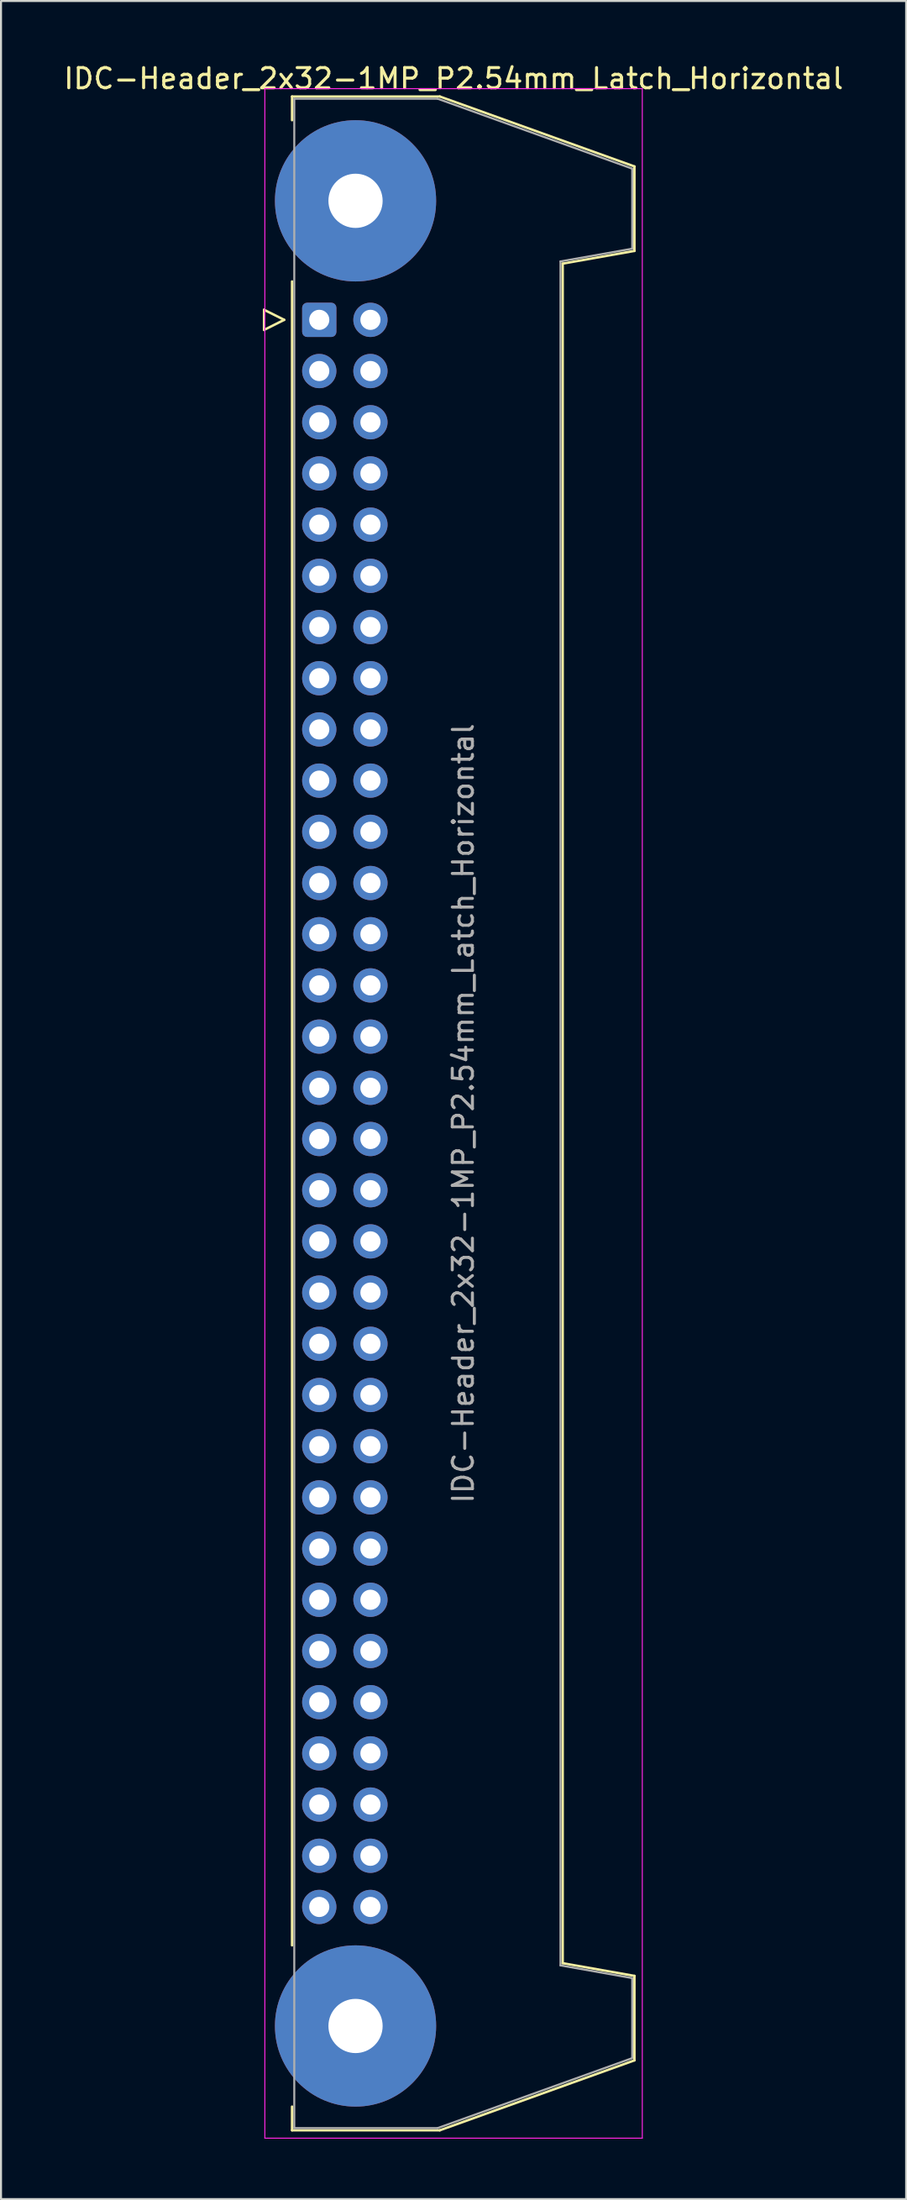
<source format=kicad_pcb>
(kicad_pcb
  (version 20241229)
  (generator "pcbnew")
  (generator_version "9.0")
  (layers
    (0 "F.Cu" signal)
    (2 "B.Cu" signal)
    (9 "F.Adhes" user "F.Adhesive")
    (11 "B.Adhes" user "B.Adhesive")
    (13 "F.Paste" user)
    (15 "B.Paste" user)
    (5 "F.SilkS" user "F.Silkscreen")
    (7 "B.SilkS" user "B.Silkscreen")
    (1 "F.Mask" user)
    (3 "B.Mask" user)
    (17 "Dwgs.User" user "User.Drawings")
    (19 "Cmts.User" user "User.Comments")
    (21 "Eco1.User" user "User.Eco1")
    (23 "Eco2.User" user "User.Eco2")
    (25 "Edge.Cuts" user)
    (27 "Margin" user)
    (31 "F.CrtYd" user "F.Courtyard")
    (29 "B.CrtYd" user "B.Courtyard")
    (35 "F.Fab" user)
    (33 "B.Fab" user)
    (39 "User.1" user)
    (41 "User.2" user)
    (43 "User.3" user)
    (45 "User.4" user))
  (footprint "IDC-Header_2x32-1MP_P2.54mm_Latch_Horizontal"
    (layer "F.Cu")
    (at 12.793 12.818)
    (property "Reference" "IDC-Header_2x32-1MP_P2.54mm_Latch_Horizontal" (at 6.665 -11.97 0) (layer "F.SilkS") (effects (font (size 1 1) (thickness 0.15))))
    (attr through_hole)
    (fp_line (start -2.74 -0.5) (end -2.74 0.5) (stroke (width 0.12) (type solid)) (layer "F.SilkS"))
    (fp_line (start -2.74 0.5) (end -1.74 0) (stroke (width 0.12) (type solid)) (layer "F.SilkS"))
    (fp_line (start -1.74 0) (end -2.74 -0.5) (stroke (width 0.12) (type solid)) (layer "F.SilkS"))
    (fp_line (start -1.35 -11.08) (end -1.35 -9.905) (stroke (width 0.12) (type solid)) (layer "F.SilkS"))
    (fp_line (start -1.35 -11.08) (end 5.98 -11.08) (stroke (width 0.12) (type solid)) (layer "F.SilkS"))
    (fp_line (start -1.35 -1.905) (end -1.35 80.645) (stroke (width 0.12) (type solid)) (layer "F.SilkS"))
    (fp_line (start -1.35 88.645) (end -1.35 89.82) (stroke (width 0.12) (type solid)) (layer "F.SilkS"))
    (fp_line (start 5.98 -11.08) (end 15.64 -7.61) (stroke (width 0.12) (type solid)) (layer "F.SilkS"))
    (fp_line (start 5.98 89.82) (end -1.35 89.82) (stroke (width 0.12) (type solid)) (layer "F.SilkS"))
    (fp_line (start 12.08 -2.79) (end 12.08 81.53) (stroke (width 0.12) (type solid)) (layer "F.SilkS"))
    (fp_line (start 12.08 81.53) (end 15.64 82.16) (stroke (width 0.12) (type solid)) (layer "F.SilkS"))
    (fp_line (start 15.64 -7.61) (end 15.64 -3.42) (stroke (width 0.12) (type solid)) (layer "F.SilkS"))
    (fp_line (start 15.64 -3.42) (end 12.08 -2.79) (stroke (width 0.12) (type solid)) (layer "F.SilkS"))
    (fp_line (start 15.64 82.16) (end 15.64 86.35) (stroke (width 0.12) (type solid)) (layer "F.SilkS"))
    (fp_line (start 15.64 86.35) (end 5.98 89.82) (stroke (width 0.12) (type solid)) (layer "F.SilkS"))
    (fp_line (start -2.7 -11.47) (end -2.7 90.21) (stroke (width 0.05) (type solid)) (layer "F.CrtYd"))
    (fp_line (start -2.7 90.21) (end 16.03 90.21) (stroke (width 0.05) (type solid)) (layer "F.CrtYd"))
    (fp_line (start 16.03 -11.47) (end -2.7 -11.47) (stroke (width 0.05) (type solid)) (layer "F.CrtYd"))
    (fp_line (start 16.03 90.21) (end 16.03 -11.47) (stroke (width 0.05) (type solid)) (layer "F.CrtYd"))
    (fp_line (start -1.24 -10.97) (end 5.87 -10.97) (stroke (width 0.1) (type solid)) (layer "F.Fab"))
    (fp_line (start -1.24 89.71) (end -1.24 -10.97) (stroke (width 0.1) (type solid)) (layer "F.Fab"))
    (fp_line (start 5.87 -10.97) (end 15.53 -7.5) (stroke (width 0.1) (type solid)) (layer "F.Fab"))
    (fp_line (start 5.87 89.71) (end -1.24 89.71) (stroke (width 0.1) (type solid)) (layer "F.Fab"))
    (fp_line (start 11.97 -2.9) (end 11.97 81.64) (stroke (width 0.1) (type solid)) (layer "F.Fab"))
    (fp_line (start 11.97 81.64) (end 15.53 82.27) (stroke (width 0.1) (type solid)) (layer "F.Fab"))
    (fp_line (start 15.53 -7.5) (end 15.53 -3.53) (stroke (width 0.1) (type solid)) (layer "F.Fab"))
    (fp_line (start 15.53 -3.53) (end 11.97 -2.9) (stroke (width 0.1) (type solid)) (layer "F.Fab"))
    (fp_line (start 15.53 82.27) (end 15.53 86.24) (stroke (width 0.1) (type solid)) (layer "F.Fab"))
    (fp_line (start 15.53 86.24) (end 5.87 89.71) (stroke (width 0.1) (type solid)) (layer "F.Fab"))
    (fp_text user "${REFERENCE}" (at 7.145 39.37 90) (layer "F.Fab") (effects (font (size 1 1) (thickness 0.15))))
    (pad "1" thru_hole roundrect (at 0 0) (size 1.7 1.7) (drill 1) (layers "*.Cu" "*.Mask") (roundrect_rratio 0.147))
    (pad "2" thru_hole circle (at 2.54 0) (size 1.7 1.7) (drill 1) (layers "*.Cu" "*.Mask"))
    (pad "3" thru_hole circle (at 0 2.54) (size 1.7 1.7) (drill 1) (layers "*.Cu" "*.Mask"))
    (pad "4" thru_hole circle (at 2.54 2.54) (size 1.7 1.7) (drill 1) (layers "*.Cu" "*.Mask"))
    (pad "5" thru_hole circle (at 0 5.08) (size 1.7 1.7) (drill 1) (layers "*.Cu" "*.Mask"))
    (pad "6" thru_hole circle (at 2.54 5.08) (size 1.7 1.7) (drill 1) (layers "*.Cu" "*.Mask"))
    (pad "7" thru_hole circle (at 0 7.62) (size 1.7 1.7) (drill 1) (layers "*.Cu" "*.Mask"))
    (pad "8" thru_hole circle (at 2.54 7.62) (size 1.7 1.7) (drill 1) (layers "*.Cu" "*.Mask"))
    (pad "9" thru_hole circle (at 0 10.16) (size 1.7 1.7) (drill 1) (layers "*.Cu" "*.Mask"))
    (pad "10" thru_hole circle (at 2.54 10.16) (size 1.7 1.7) (drill 1) (layers "*.Cu" "*.Mask"))
    (pad "11" thru_hole circle (at 0 12.7) (size 1.7 1.7) (drill 1) (layers "*.Cu" "*.Mask"))
    (pad "12" thru_hole circle (at 2.54 12.7) (size 1.7 1.7) (drill 1) (layers "*.Cu" "*.Mask"))
    (pad "13" thru_hole circle (at 0 15.24) (size 1.7 1.7) (drill 1) (layers "*.Cu" "*.Mask"))
    (pad "14" thru_hole circle (at 2.54 15.24) (size 1.7 1.7) (drill 1) (layers "*.Cu" "*.Mask"))
    (pad "15" thru_hole circle (at 0 17.78) (size 1.7 1.7) (drill 1) (layers "*.Cu" "*.Mask"))
    (pad "16" thru_hole circle (at 2.54 17.78) (size 1.7 1.7) (drill 1) (layers "*.Cu" "*.Mask"))
    (pad "17" thru_hole circle (at 0 20.32) (size 1.7 1.7) (drill 1) (layers "*.Cu" "*.Mask"))
    (pad "18" thru_hole circle (at 2.54 20.32) (size 1.7 1.7) (drill 1) (layers "*.Cu" "*.Mask"))
    (pad "19" thru_hole circle (at 0 22.86) (size 1.7 1.7) (drill 1) (layers "*.Cu" "*.Mask"))
    (pad "20" thru_hole circle (at 2.54 22.86) (size 1.7 1.7) (drill 1) (layers "*.Cu" "*.Mask"))
    (pad "21" thru_hole circle (at 0 25.4) (size 1.7 1.7) (drill 1) (layers "*.Cu" "*.Mask"))
    (pad "22" thru_hole circle (at 2.54 25.4) (size 1.7 1.7) (drill 1) (layers "*.Cu" "*.Mask"))
    (pad "23" thru_hole circle (at 0 27.94) (size 1.7 1.7) (drill 1) (layers "*.Cu" "*.Mask"))
    (pad "24" thru_hole circle (at 2.54 27.94) (size 1.7 1.7) (drill 1) (layers "*.Cu" "*.Mask"))
    (pad "25" thru_hole circle (at 0 30.48) (size 1.7 1.7) (drill 1) (layers "*.Cu" "*.Mask"))
    (pad "26" thru_hole circle (at 2.54 30.48) (size 1.7 1.7) (drill 1) (layers "*.Cu" "*.Mask"))
    (pad "27" thru_hole circle (at 0 33.02) (size 1.7 1.7) (drill 1) (layers "*.Cu" "*.Mask"))
    (pad "28" thru_hole circle (at 2.54 33.02) (size 1.7 1.7) (drill 1) (layers "*.Cu" "*.Mask"))
    (pad "29" thru_hole circle (at 0 35.56) (size 1.7 1.7) (drill 1) (layers "*.Cu" "*.Mask"))
    (pad "30" thru_hole circle (at 2.54 35.56) (size 1.7 1.7) (drill 1) (layers "*.Cu" "*.Mask"))
    (pad "31" thru_hole circle (at 0 38.1) (size 1.7 1.7) (drill 1) (layers "*.Cu" "*.Mask"))
    (pad "32" thru_hole circle (at 2.54 38.1) (size 1.7 1.7) (drill 1) (layers "*.Cu" "*.Mask"))
    (pad "33" thru_hole circle (at 0 40.64) (size 1.7 1.7) (drill 1) (layers "*.Cu" "*.Mask"))
    (pad "34" thru_hole circle (at 2.54 40.64) (size 1.7 1.7) (drill 1) (layers "*.Cu" "*.Mask"))
    (pad "35" thru_hole circle (at 0 43.18) (size 1.7 1.7) (drill 1) (layers "*.Cu" "*.Mask"))
    (pad "36" thru_hole circle (at 2.54 43.18) (size 1.7 1.7) (drill 1) (layers "*.Cu" "*.Mask"))
    (pad "37" thru_hole circle (at 0 45.72) (size 1.7 1.7) (drill 1) (layers "*.Cu" "*.Mask"))
    (pad "38" thru_hole circle (at 2.54 45.72) (size 1.7 1.7) (drill 1) (layers "*.Cu" "*.Mask"))
    (pad "39" thru_hole circle (at 0 48.26) (size 1.7 1.7) (drill 1) (layers "*.Cu" "*.Mask"))
    (pad "40" thru_hole circle (at 2.54 48.26) (size 1.7 1.7) (drill 1) (layers "*.Cu" "*.Mask"))
    (pad "41" thru_hole circle (at 0 50.8) (size 1.7 1.7) (drill 1) (layers "*.Cu" "*.Mask"))
    (pad "42" thru_hole circle (at 2.54 50.8) (size 1.7 1.7) (drill 1) (layers "*.Cu" "*.Mask"))
    (pad "43" thru_hole circle (at 0 53.34) (size 1.7 1.7) (drill 1) (layers "*.Cu" "*.Mask"))
    (pad "44" thru_hole circle (at 2.54 53.34) (size 1.7 1.7) (drill 1) (layers "*.Cu" "*.Mask"))
    (pad "45" thru_hole circle (at 0 55.88) (size 1.7 1.7) (drill 1) (layers "*.Cu" "*.Mask"))
    (pad "46" thru_hole circle (at 2.54 55.88) (size 1.7 1.7) (drill 1) (layers "*.Cu" "*.Mask"))
    (pad "47" thru_hole circle (at 0 58.42) (size 1.7 1.7) (drill 1) (layers "*.Cu" "*.Mask"))
    (pad "48" thru_hole circle (at 2.54 58.42) (size 1.7 1.7) (drill 1) (layers "*.Cu" "*.Mask"))
    (pad "49" thru_hole circle (at 0 60.96) (size 1.7 1.7) (drill 1) (layers "*.Cu" "*.Mask"))
    (pad "50" thru_hole circle (at 2.54 60.96) (size 1.7 1.7) (drill 1) (layers "*.Cu" "*.Mask"))
    (pad "51" thru_hole circle (at 0 63.5) (size 1.7 1.7) (drill 1) (layers "*.Cu" "*.Mask"))
    (pad "52" thru_hole circle (at 2.54 63.5) (size 1.7 1.7) (drill 1) (layers "*.Cu" "*.Mask"))
    (pad "53" thru_hole circle (at 0 66.04) (size 1.7 1.7) (drill 1) (layers "*.Cu" "*.Mask"))
    (pad "54" thru_hole circle (at 2.54 66.04) (size 1.7 1.7) (drill 1) (layers "*.Cu" "*.Mask"))
    (pad "55" thru_hole circle (at 0 68.58) (size 1.7 1.7) (drill 1) (layers "*.Cu" "*.Mask"))
    (pad "56" thru_hole circle (at 2.54 68.58) (size 1.7 1.7) (drill 1) (layers "*.Cu" "*.Mask"))
    (pad "57" thru_hole circle (at 0 71.12) (size 1.7 1.7) (drill 1) (layers "*.Cu" "*.Mask"))
    (pad "58" thru_hole circle (at 2.54 71.12) (size 1.7 1.7) (drill 1) (layers "*.Cu" "*.Mask"))
    (pad "59" thru_hole circle (at 0 73.66) (size 1.7 1.7) (drill 1) (layers "*.Cu" "*.Mask"))
    (pad "60" thru_hole circle (at 2.54 73.66) (size 1.7 1.7) (drill 1) (layers "*.Cu" "*.Mask"))
    (pad "61" thru_hole circle (at 0 76.2) (size 1.7 1.7) (drill 1) (layers "*.Cu" "*.Mask"))
    (pad "62" thru_hole circle (at 2.54 76.2) (size 1.7 1.7) (drill 1) (layers "*.Cu" "*.Mask"))
    (pad "63" thru_hole circle (at 0 78.74) (size 1.7 1.7) (drill 1) (layers "*.Cu" "*.Mask"))
    (pad "64" thru_hole circle (at 2.54 78.74) (size 1.7 1.7) (drill 1) (layers "*.Cu" "*.Mask"))
    (pad "MP" thru_hole circle (at 1.8 -5.905) (size 8 8) (drill 2.69) (layers "*.Cu" "*.Mask"))
    (pad "MP" thru_hole circle (at 1.8 84.645) (size 8 8) (drill 2.69) (layers "*.Cu" "*.Mask")))
  (gr_rect
    (start -3 -3)
    (end 41.917 106.053)
    (stroke (width 0.1) (type default))
    (fill no)
    (layer "Edge.Cuts")))
</source>
